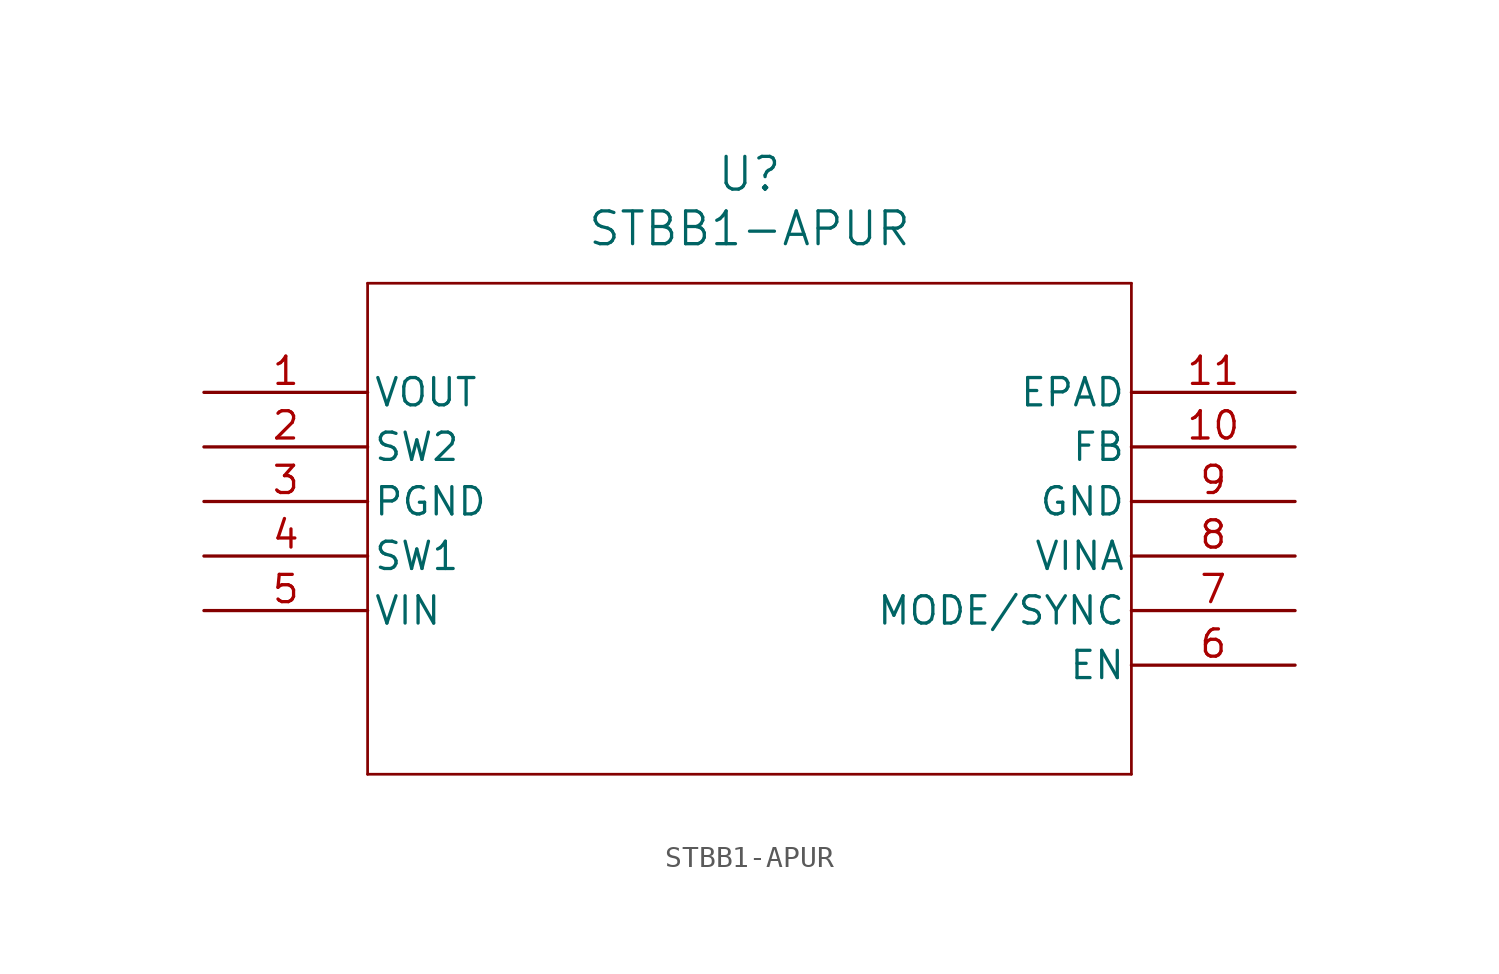
<source format=kicad_sym>
(kicad_symbol_lib
  (version 20241209)
  (generator "kicad_symbol_editor")
  (generator_version "9.0")
  (symbol "STBB1-APUR"
    (pin_names
      (offset 0.254))
    (property "Reference" "U"
      (at 25.4 10.16 0)
      (effects (font (size 1.524 1.524))))
    (property "Value" "STBB1-APUR"
      (at 25.4 7.62 0)
      (effects (font (size 1.524 1.524))))
    (property "ki_locked" ""
      (at 0 0 0)
      (effects (font (size 1.27 1.27))))
    (symbol "STBB1-APUR_0_1"
      (polyline (pts (xy 7.62 5.08) (xy 7.62 -17.78)) (stroke (width 0.127) (type default)) (fill (type none)))
      (polyline (pts (xy 7.62 -17.78) (xy 43.18 -17.78)) (stroke (width 0.127) (type default)) (fill (type none)))
      (polyline (pts (xy 43.18 5.08) (xy 7.62 5.08)) (stroke (width 0.127) (type default)) (fill (type none)))
      (polyline (pts (xy 43.18 -17.78) (xy 43.18 5.08)) (stroke (width 0.127) (type default)) (fill (type none)))
      (pin power_in line (at 0 0 0) (length 7.62) (name "VOUT" (effects (font (size 1.27 1.27)))) (number "1" (effects (font (size 1.27 1.27)))))
      (pin bidirectional line (at 0 -2.54 0) (length 7.62) (name "SW2" (effects (font (size 1.27 1.27)))) (number "2" (effects (font (size 1.27 1.27)))))
      (pin power_out line (at 0 -5.08 0) (length 7.62) (name "PGND" (effects (font (size 1.27 1.27)))) (number "3" (effects (font (size 1.27 1.27)))))
      (pin bidirectional line (at 0 -7.62 0) (length 7.62) (name "SW1" (effects (font (size 1.27 1.27)))) (number "4" (effects (font (size 1.27 1.27)))))
      (pin power_in line (at 0 -10.16 0) (length 7.62) (name "VIN" (effects (font (size 1.27 1.27)))) (number "5" (effects (font (size 1.27 1.27)))))
      (pin power_out line (at 50.8 0 180) (length 7.62) (name "EPAD" (effects (font (size 1.27 1.27)))) (number "11" (effects (font (size 1.27 1.27)))))
      (pin unspecified line (at 50.8 -2.54 180) (length 7.62) (name "FB" (effects (font (size 1.27 1.27)))) (number "10" (effects (font (size 1.27 1.27)))))
      (pin power_out line (at 50.8 -5.08 180) (length 7.62) (name "GND" (effects (font (size 1.27 1.27)))) (number "9" (effects (font (size 1.27 1.27)))))
      (pin power_in line (at 50.8 -7.62 180) (length 7.62) (name "VINA" (effects (font (size 1.27 1.27)))) (number "8" (effects (font (size 1.27 1.27)))))
      (pin unspecified line (at 50.8 -10.16 180) (length 7.62) (name "MODE/SYNC" (effects (font (size 1.27 1.27)))) (number "7" (effects (font (size 1.27 1.27)))))
      (pin unspecified line (at 50.8 -12.7 180) (length 7.62) (name "EN" (effects (font (size 1.27 1.27)))) (number "6" (effects (font (size 1.27 1.27))))))))
</source>
